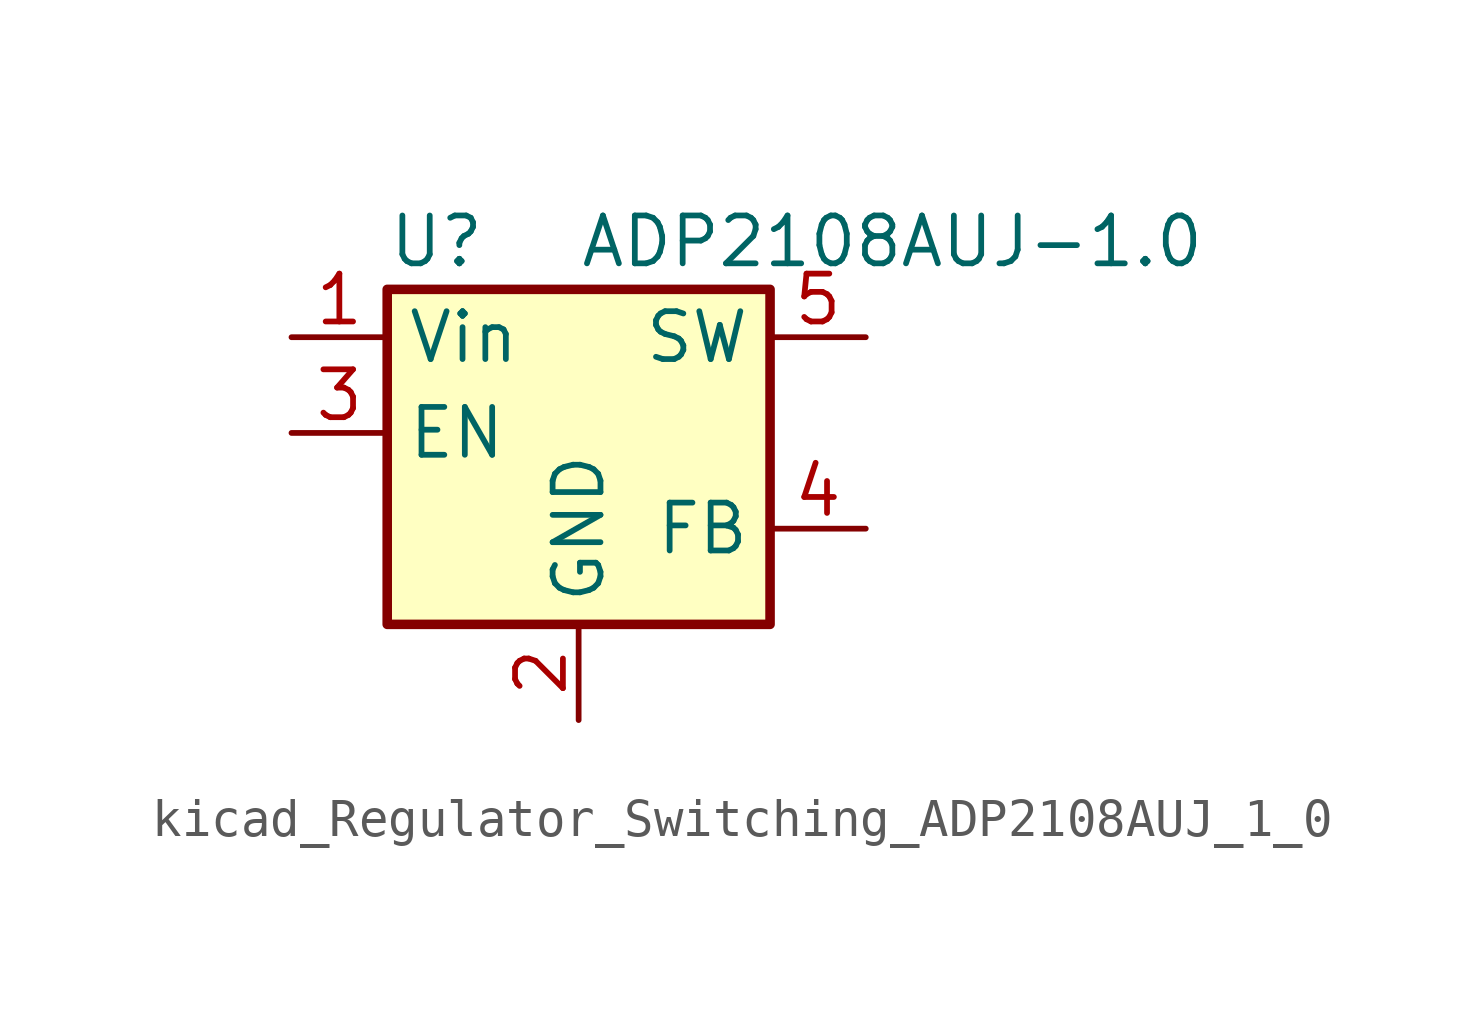
<source format=kicad_sym>
(kicad_symbol_lib
  (version 20220914)
  (generator kicad_symbol_editor)
  (symbol "kicad_Regulator_Switching_ADP2108AUJ_1_0"
    (property "Reference" "U"
      (at -5.08 5.08 0)
      (effects (font (size 1.27 1.27)) (justify left)))
    (property "Value" "ADP2108AUJ-1.0"
      (at 0 5.08 0)
      (effects (font (size 1.27 1.27)) (justify left)))
    (symbol "kicad_Regulator_Switching_ADP2108AUJ_1_0_0_1"
      (rectangle (start -5.08 3.81) (end 5.08 -5.08) (stroke (width 0.254) (type default)) (fill (type background))))
    (symbol "kicad_Regulator_Switching_ADP2108AUJ_1_0_1_1"
      (pin power_in line (at -7.62 2.54 0) (length 2.54) (name "Vin" (effects (font (size 1.27 1.27)))) (number "1" (effects (font (size 1.27 1.27)))))
      (pin power_in line (at 0 -7.62 90) (length 2.54) (name "GND" (effects (font (size 1.27 1.27)))) (number "2" (effects (font (size 1.27 1.27)))))
      (pin input line (at -7.62 0 0) (length 2.54) (name "EN" (effects (font (size 1.27 1.27)))) (number "3" (effects (font (size 1.27 1.27)))))
      (pin input line (at 7.62 -2.54 180) (length 2.54) (name "FB" (effects (font (size 1.27 1.27)))) (number "4" (effects (font (size 1.27 1.27)))))
      (pin input line (at 7.62 2.54 180) (length 2.54) (name "SW" (effects (font (size 1.27 1.27)))) (number "5" (effects (font (size 1.27 1.27))))))))
</source>
